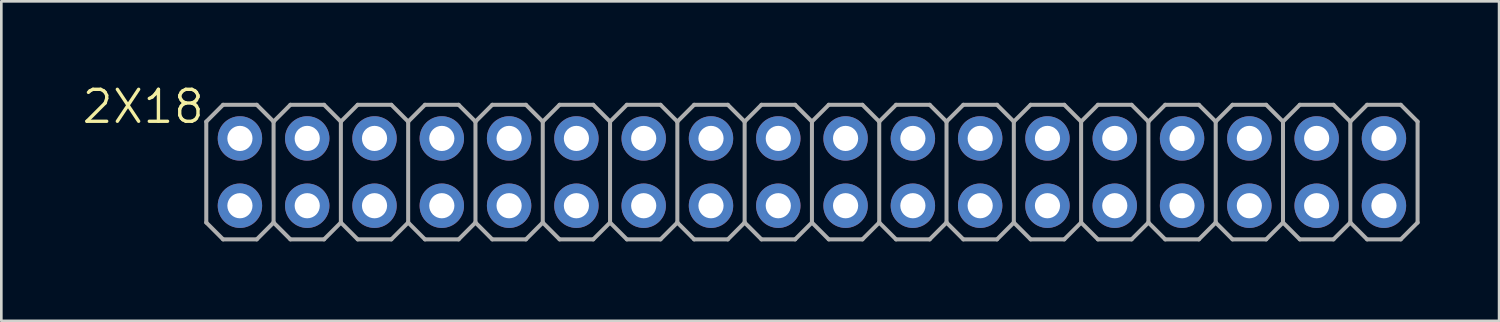
<source format=kicad_pcb>
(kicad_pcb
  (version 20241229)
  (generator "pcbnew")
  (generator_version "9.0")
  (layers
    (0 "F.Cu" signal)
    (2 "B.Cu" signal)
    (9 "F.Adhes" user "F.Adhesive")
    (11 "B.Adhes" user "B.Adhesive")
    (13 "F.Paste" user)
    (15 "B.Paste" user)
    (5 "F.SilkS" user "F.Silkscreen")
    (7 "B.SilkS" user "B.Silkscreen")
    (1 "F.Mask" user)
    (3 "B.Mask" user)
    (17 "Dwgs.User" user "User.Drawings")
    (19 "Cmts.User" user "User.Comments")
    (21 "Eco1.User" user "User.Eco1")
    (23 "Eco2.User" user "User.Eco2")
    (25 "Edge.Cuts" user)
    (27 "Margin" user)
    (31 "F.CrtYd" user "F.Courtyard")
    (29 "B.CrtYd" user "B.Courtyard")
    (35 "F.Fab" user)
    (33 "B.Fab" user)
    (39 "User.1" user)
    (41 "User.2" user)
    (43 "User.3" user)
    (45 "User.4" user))
  (footprint "2X18"
    (layer "F.Cu")
    (at 27.596 3.445)
    (property "Reference" "2X18" (at -22.86 -3.175 0) (layer "F.SilkS") (effects (font (size 1.206 1.206) (thickness 0.127)) (justify right top)))
    (attr through_hole)
    (fp_line (start -22.86 -1.905) (end -22.225 -2.54) (stroke (width 0.152) (type solid)) (layer "F.Fab"))
    (fp_line (start -22.86 1.905) (end -22.86 -1.905) (stroke (width 0.152) (type solid)) (layer "F.Fab"))
    (fp_line (start -22.86 1.905) (end -22.225 2.54) (stroke (width 0.152) (type solid)) (layer "F.Fab"))
    (fp_line (start -22.225 -2.54) (end -20.955 -2.54) (stroke (width 0.152) (type solid)) (layer "F.Fab"))
    (fp_line (start -22.225 2.54) (end -20.955 2.54) (stroke (width 0.152) (type solid)) (layer "F.Fab"))
    (fp_line (start -20.955 -2.54) (end -20.32 -1.905) (stroke (width 0.152) (type solid)) (layer "F.Fab"))
    (fp_line (start -20.955 2.54) (end -20.32 1.905) (stroke (width 0.152) (type solid)) (layer "F.Fab"))
    (fp_line (start -20.32 -1.905) (end -20.32 1.905) (stroke (width 0.152) (type solid)) (layer "F.Fab"))
    (fp_line (start -20.32 -1.905) (end -19.685 -2.54) (stroke (width 0.152) (type solid)) (layer "F.Fab"))
    (fp_line (start -20.32 1.905) (end -19.685 2.54) (stroke (width 0.152) (type solid)) (layer "F.Fab"))
    (fp_line (start -19.685 -2.54) (end -18.415 -2.54) (stroke (width 0.152) (type solid)) (layer "F.Fab"))
    (fp_line (start -19.685 2.54) (end -18.415 2.54) (stroke (width 0.152) (type solid)) (layer "F.Fab"))
    (fp_line (start -18.415 -2.54) (end -17.78 -1.905) (stroke (width 0.152) (type solid)) (layer "F.Fab"))
    (fp_line (start -18.415 2.54) (end -17.78 1.905) (stroke (width 0.152) (type solid)) (layer "F.Fab"))
    (fp_line (start -17.78 -1.905) (end -17.78 1.905) (stroke (width 0.152) (type solid)) (layer "F.Fab"))
    (fp_line (start -17.78 -1.905) (end -17.145 -2.54) (stroke (width 0.152) (type solid)) (layer "F.Fab"))
    (fp_line (start -17.78 1.905) (end -17.145 2.54) (stroke (width 0.152) (type solid)) (layer "F.Fab"))
    (fp_line (start -17.145 -2.54) (end -15.875 -2.54) (stroke (width 0.152) (type solid)) (layer "F.Fab"))
    (fp_line (start -17.145 2.54) (end -15.875 2.54) (stroke (width 0.152) (type solid)) (layer "F.Fab"))
    (fp_line (start -15.875 -2.54) (end -15.24 -1.905) (stroke (width 0.152) (type solid)) (layer "F.Fab"))
    (fp_line (start -15.875 2.54) (end -15.24 1.905) (stroke (width 0.152) (type solid)) (layer "F.Fab"))
    (fp_line (start -15.24 -1.905) (end -15.24 1.905) (stroke (width 0.152) (type solid)) (layer "F.Fab"))
    (fp_line (start -15.24 -1.905) (end -14.605 -2.54) (stroke (width 0.152) (type solid)) (layer "F.Fab"))
    (fp_line (start -15.24 1.905) (end -14.605 2.54) (stroke (width 0.152) (type solid)) (layer "F.Fab"))
    (fp_line (start -14.605 -2.54) (end -13.335 -2.54) (stroke (width 0.152) (type solid)) (layer "F.Fab"))
    (fp_line (start -14.605 2.54) (end -13.335 2.54) (stroke (width 0.152) (type solid)) (layer "F.Fab"))
    (fp_line (start -13.335 -2.54) (end -12.7 -1.905) (stroke (width 0.152) (type solid)) (layer "F.Fab"))
    (fp_line (start -13.335 2.54) (end -12.7 1.905) (stroke (width 0.152) (type solid)) (layer "F.Fab"))
    (fp_line (start -12.7 -1.905) (end -12.7 1.905) (stroke (width 0.152) (type solid)) (layer "F.Fab"))
    (fp_line (start -12.7 -1.905) (end -12.065 -2.54) (stroke (width 0.152) (type solid)) (layer "F.Fab"))
    (fp_line (start -12.7 1.905) (end -12.065 2.54) (stroke (width 0.152) (type solid)) (layer "F.Fab"))
    (fp_line (start -12.065 -2.54) (end -10.795 -2.54) (stroke (width 0.152) (type solid)) (layer "F.Fab"))
    (fp_line (start -12.065 2.54) (end -10.795 2.54) (stroke (width 0.152) (type solid)) (layer "F.Fab"))
    (fp_line (start -10.795 -2.54) (end -10.16 -1.905) (stroke (width 0.152) (type solid)) (layer "F.Fab"))
    (fp_line (start -10.795 2.54) (end -10.16 1.905) (stroke (width 0.152) (type solid)) (layer "F.Fab"))
    (fp_line (start -10.16 -1.905) (end -10.16 1.905) (stroke (width 0.152) (type solid)) (layer "F.Fab"))
    (fp_line (start -10.16 -1.905) (end -9.525 -2.54) (stroke (width 0.152) (type solid)) (layer "F.Fab"))
    (fp_line (start -10.16 1.905) (end -9.525 2.54) (stroke (width 0.152) (type solid)) (layer "F.Fab"))
    (fp_line (start -9.525 -2.54) (end -8.255 -2.54) (stroke (width 0.152) (type solid)) (layer "F.Fab"))
    (fp_line (start -9.525 2.54) (end -8.255 2.54) (stroke (width 0.152) (type solid)) (layer "F.Fab"))
    (fp_line (start -8.255 -2.54) (end -7.62 -1.905) (stroke (width 0.152) (type solid)) (layer "F.Fab"))
    (fp_line (start -8.255 2.54) (end -7.62 1.905) (stroke (width 0.152) (type solid)) (layer "F.Fab"))
    (fp_line (start -7.62 -1.905) (end -7.62 1.905) (stroke (width 0.152) (type solid)) (layer "F.Fab"))
    (fp_line (start -7.62 -1.905) (end -6.985 -2.54) (stroke (width 0.152) (type solid)) (layer "F.Fab"))
    (fp_line (start -7.62 1.905) (end -6.985 2.54) (stroke (width 0.152) (type solid)) (layer "F.Fab"))
    (fp_line (start -6.985 -2.54) (end -5.715 -2.54) (stroke (width 0.152) (type solid)) (layer "F.Fab"))
    (fp_line (start -5.715 -2.54) (end -5.08 -1.905) (stroke (width 0.152) (type solid)) (layer "F.Fab"))
    (fp_line (start -5.715 2.54) (end -6.985 2.54) (stroke (width 0.152) (type solid)) (layer "F.Fab"))
    (fp_line (start -5.08 -1.905) (end -5.08 1.905) (stroke (width 0.152) (type solid)) (layer "F.Fab"))
    (fp_line (start -5.08 -1.905) (end -4.445 -2.54) (stroke (width 0.152) (type solid)) (layer "F.Fab"))
    (fp_line (start -5.08 1.905) (end -5.715 2.54) (stroke (width 0.152) (type solid)) (layer "F.Fab"))
    (fp_line (start -5.08 1.905) (end -4.445 2.54) (stroke (width 0.152) (type solid)) (layer "F.Fab"))
    (fp_line (start -4.445 -2.54) (end -3.175 -2.54) (stroke (width 0.152) (type solid)) (layer "F.Fab"))
    (fp_line (start -3.175 -2.54) (end -2.54 -1.905) (stroke (width 0.152) (type solid)) (layer "F.Fab"))
    (fp_line (start -3.175 2.54) (end -4.445 2.54) (stroke (width 0.152) (type solid)) (layer "F.Fab"))
    (fp_line (start -2.54 -1.905) (end -2.54 1.905) (stroke (width 0.152) (type solid)) (layer "F.Fab"))
    (fp_line (start -2.54 -1.905) (end -1.905 -2.54) (stroke (width 0.152) (type solid)) (layer "F.Fab"))
    (fp_line (start -2.54 1.905) (end -3.175 2.54) (stroke (width 0.152) (type solid)) (layer "F.Fab"))
    (fp_line (start -2.54 1.905) (end -1.905 2.54) (stroke (width 0.152) (type solid)) (layer "F.Fab"))
    (fp_line (start -1.905 -2.54) (end -0.635 -2.54) (stroke (width 0.152) (type solid)) (layer "F.Fab"))
    (fp_line (start -0.635 -2.54) (end 0 -1.905) (stroke (width 0.152) (type solid)) (layer "F.Fab"))
    (fp_line (start -0.635 2.54) (end -1.905 2.54) (stroke (width 0.152) (type solid)) (layer "F.Fab"))
    (fp_line (start 0 -1.905) (end 0 1.905) (stroke (width 0.152) (type solid)) (layer "F.Fab"))
    (fp_line (start 0 -1.905) (end 0.635 -2.54) (stroke (width 0.152) (type solid)) (layer "F.Fab"))
    (fp_line (start 0 1.905) (end -0.635 2.54) (stroke (width 0.152) (type solid)) (layer "F.Fab"))
    (fp_line (start 0 1.905) (end 0.635 2.54) (stroke (width 0.152) (type solid)) (layer "F.Fab"))
    (fp_line (start 0.635 -2.54) (end 1.905 -2.54) (stroke (width 0.152) (type solid)) (layer "F.Fab"))
    (fp_line (start 1.905 -2.54) (end 2.54 -1.905) (stroke (width 0.152) (type solid)) (layer "F.Fab"))
    (fp_line (start 1.905 2.54) (end 0.635 2.54) (stroke (width 0.152) (type solid)) (layer "F.Fab"))
    (fp_line (start 2.54 -1.905) (end 2.54 1.905) (stroke (width 0.152) (type solid)) (layer "F.Fab"))
    (fp_line (start 2.54 -1.905) (end 3.175 -2.54) (stroke (width 0.152) (type solid)) (layer "F.Fab"))
    (fp_line (start 2.54 1.905) (end 1.905 2.54) (stroke (width 0.152) (type solid)) (layer "F.Fab"))
    (fp_line (start 2.54 1.905) (end 3.175 2.54) (stroke (width 0.152) (type solid)) (layer "F.Fab"))
    (fp_line (start 3.175 -2.54) (end 4.445 -2.54) (stroke (width 0.152) (type solid)) (layer "F.Fab"))
    (fp_line (start 4.445 -2.54) (end 5.08 -1.905) (stroke (width 0.152) (type solid)) (layer "F.Fab"))
    (fp_line (start 4.445 2.54) (end 3.175 2.54) (stroke (width 0.152) (type solid)) (layer "F.Fab"))
    (fp_line (start 5.08 -1.905) (end 5.08 1.905) (stroke (width 0.152) (type solid)) (layer "F.Fab"))
    (fp_line (start 5.08 -1.905) (end 5.715 -2.54) (stroke (width 0.152) (type solid)) (layer "F.Fab"))
    (fp_line (start 5.08 1.905) (end 4.445 2.54) (stroke (width 0.152) (type solid)) (layer "F.Fab"))
    (fp_line (start 5.08 1.905) (end 5.715 2.54) (stroke (width 0.152) (type solid)) (layer "F.Fab"))
    (fp_line (start 5.715 -2.54) (end 6.985 -2.54) (stroke (width 0.152) (type solid)) (layer "F.Fab"))
    (fp_line (start 6.985 2.54) (end 5.715 2.54) (stroke (width 0.152) (type solid)) (layer "F.Fab"))
    (fp_line (start 7.62 -1.905) (end 6.985 -2.54) (stroke (width 0.152) (type solid)) (layer "F.Fab"))
    (fp_line (start 7.62 -1.905) (end 7.62 1.905) (stroke (width 0.152) (type solid)) (layer "F.Fab"))
    (fp_line (start 7.62 -1.905) (end 8.255 -2.54) (stroke (width 0.152) (type solid)) (layer "F.Fab"))
    (fp_line (start 7.62 1.905) (end 6.985 2.54) (stroke (width 0.152) (type solid)) (layer "F.Fab"))
    (fp_line (start 7.62 1.905) (end 8.255 2.54) (stroke (width 0.152) (type solid)) (layer "F.Fab"))
    (fp_line (start 9.525 -2.54) (end 8.255 -2.54) (stroke (width 0.152) (type solid)) (layer "F.Fab"))
    (fp_line (start 9.525 -2.54) (end 10.16 -1.905) (stroke (width 0.152) (type solid)) (layer "F.Fab"))
    (fp_line (start 9.525 2.54) (end 8.255 2.54) (stroke (width 0.152) (type solid)) (layer "F.Fab"))
    (fp_line (start 10.16 -1.905) (end 10.16 1.905) (stroke (width 0.152) (type solid)) (layer "F.Fab"))
    (fp_line (start 10.16 -1.905) (end 10.795 -2.54) (stroke (width 0.152) (type solid)) (layer "F.Fab"))
    (fp_line (start 10.16 1.905) (end 9.525 2.54) (stroke (width 0.152) (type solid)) (layer "F.Fab"))
    (fp_line (start 10.16 1.905) (end 10.795 2.54) (stroke (width 0.152) (type solid)) (layer "F.Fab"))
    (fp_line (start 12.065 -2.54) (end 10.795 -2.54) (stroke (width 0.152) (type solid)) (layer "F.Fab"))
    (fp_line (start 12.065 -2.54) (end 12.7 -1.905) (stroke (width 0.152) (type solid)) (layer "F.Fab"))
    (fp_line (start 12.065 2.54) (end 10.795 2.54) (stroke (width 0.152) (type solid)) (layer "F.Fab"))
    (fp_line (start 12.7 -1.905) (end 12.7 1.905) (stroke (width 0.152) (type solid)) (layer "F.Fab"))
    (fp_line (start 12.7 -1.905) (end 13.335 -2.54) (stroke (width 0.152) (type solid)) (layer "F.Fab"))
    (fp_line (start 12.7 1.905) (end 12.065 2.54) (stroke (width 0.152) (type solid)) (layer "F.Fab"))
    (fp_line (start 13.335 2.54) (end 12.7 1.905) (stroke (width 0.152) (type solid)) (layer "F.Fab"))
    (fp_line (start 13.335 2.54) (end 14.605 2.54) (stroke (width 0.152) (type solid)) (layer "F.Fab"))
    (fp_line (start 14.605 -2.54) (end 13.335 -2.54) (stroke (width 0.152) (type solid)) (layer "F.Fab"))
    (fp_line (start 14.605 -2.54) (end 15.24 -1.905) (stroke (width 0.152) (type solid)) (layer "F.Fab"))
    (fp_line (start 15.24 -1.905) (end 15.24 1.905) (stroke (width 0.152) (type solid)) (layer "F.Fab"))
    (fp_line (start 15.24 -1.905) (end 15.875 -2.54) (stroke (width 0.152) (type solid)) (layer "F.Fab"))
    (fp_line (start 15.24 1.905) (end 14.605 2.54) (stroke (width 0.152) (type solid)) (layer "F.Fab"))
    (fp_line (start 15.875 2.54) (end 15.24 1.905) (stroke (width 0.152) (type solid)) (layer "F.Fab"))
    (fp_line (start 15.875 2.54) (end 17.145 2.54) (stroke (width 0.152) (type solid)) (layer "F.Fab"))
    (fp_line (start 17.145 -2.54) (end 15.875 -2.54) (stroke (width 0.152) (type solid)) (layer "F.Fab"))
    (fp_line (start 17.145 -2.54) (end 17.78 -1.905) (stroke (width 0.152) (type solid)) (layer "F.Fab"))
    (fp_line (start 17.78 -1.905) (end 17.78 1.905) (stroke (width 0.152) (type solid)) (layer "F.Fab"))
    (fp_line (start 17.78 -1.905) (end 18.415 -2.54) (stroke (width 0.152) (type solid)) (layer "F.Fab"))
    (fp_line (start 17.78 1.905) (end 17.145 2.54) (stroke (width 0.152) (type solid)) (layer "F.Fab"))
    (fp_line (start 17.78 1.905) (end 18.415 2.54) (stroke (width 0.152) (type solid)) (layer "F.Fab"))
    (fp_line (start 19.685 -2.54) (end 18.415 -2.54) (stroke (width 0.152) (type solid)) (layer "F.Fab"))
    (fp_line (start 19.685 -2.54) (end 20.32 -1.905) (stroke (width 0.152) (type solid)) (layer "F.Fab"))
    (fp_line (start 19.685 2.54) (end 18.415 2.54) (stroke (width 0.152) (type solid)) (layer "F.Fab"))
    (fp_line (start 20.32 -1.905) (end 20.32 1.905) (stroke (width 0.152) (type solid)) (layer "F.Fab"))
    (fp_line (start 20.32 -1.905) (end 20.955 -2.54) (stroke (width 0.152) (type solid)) (layer "F.Fab"))
    (fp_line (start 20.32 1.905) (end 19.685 2.54) (stroke (width 0.152) (type solid)) (layer "F.Fab"))
    (fp_line (start 20.32 1.905) (end 20.955 2.54) (stroke (width 0.152) (type solid)) (layer "F.Fab"))
    (fp_line (start 22.225 -2.54) (end 20.955 -2.54) (stroke (width 0.152) (type solid)) (layer "F.Fab"))
    (fp_line (start 22.225 -2.54) (end 22.86 -1.905) (stroke (width 0.152) (type solid)) (layer "F.Fab"))
    (fp_line (start 22.225 2.54) (end 20.955 2.54) (stroke (width 0.152) (type solid)) (layer "F.Fab"))
    (fp_line (start 22.86 -1.905) (end 22.86 1.905) (stroke (width 0.152) (type solid)) (layer "F.Fab"))
    (fp_line (start 22.86 1.905) (end 22.225 2.54) (stroke (width 0.152) (type solid)) (layer "F.Fab"))
    (fp_poly (pts (xy -21.844 -1.016) (xy -21.336 -1.016) (xy -21.336 -1.524) (xy -21.844 -1.524)) (stroke (width 0.1) (type solid)) (fill no) (layer "F.Fab"))
    (fp_poly (pts (xy -21.844 1.524) (xy -21.336 1.524) (xy -21.336 1.016) (xy -21.844 1.016)) (stroke (width 0.1) (type solid)) (fill no) (layer "F.Fab"))
    (fp_poly (pts (xy -19.304 -1.016) (xy -18.796 -1.016) (xy -18.796 -1.524) (xy -19.304 -1.524)) (stroke (width 0.1) (type solid)) (fill no) (layer "F.Fab"))
    (fp_poly (pts (xy -19.304 1.524) (xy -18.796 1.524) (xy -18.796 1.016) (xy -19.304 1.016)) (stroke (width 0.1) (type solid)) (fill no) (layer "F.Fab"))
    (fp_poly (pts (xy -16.764 -1.016) (xy -16.256 -1.016) (xy -16.256 -1.524) (xy -16.764 -1.524)) (stroke (width 0.1) (type solid)) (fill no) (layer "F.Fab"))
    (fp_poly (pts (xy -16.764 1.524) (xy -16.256 1.524) (xy -16.256 1.016) (xy -16.764 1.016)) (stroke (width 0.1) (type solid)) (fill no) (layer "F.Fab"))
    (fp_poly (pts (xy -14.224 -1.016) (xy -13.716 -1.016) (xy -13.716 -1.524) (xy -14.224 -1.524)) (stroke (width 0.1) (type solid)) (fill no) (layer "F.Fab"))
    (fp_poly (pts (xy -14.224 1.524) (xy -13.716 1.524) (xy -13.716 1.016) (xy -14.224 1.016)) (stroke (width 0.1) (type solid)) (fill no) (layer "F.Fab"))
    (fp_poly (pts (xy -11.684 -1.016) (xy -11.176 -1.016) (xy -11.176 -1.524) (xy -11.684 -1.524)) (stroke (width 0.1) (type solid)) (fill no) (layer "F.Fab"))
    (fp_poly (pts (xy -11.684 1.524) (xy -11.176 1.524) (xy -11.176 1.016) (xy -11.684 1.016)) (stroke (width 0.1) (type solid)) (fill no) (layer "F.Fab"))
    (fp_poly (pts (xy -9.144 -1.016) (xy -8.636 -1.016) (xy -8.636 -1.524) (xy -9.144 -1.524)) (stroke (width 0.1) (type solid)) (fill no) (layer "F.Fab"))
    (fp_poly (pts (xy -9.144 1.524) (xy -8.636 1.524) (xy -8.636 1.016) (xy -9.144 1.016)) (stroke (width 0.1) (type solid)) (fill no) (layer "F.Fab"))
    (fp_poly (pts (xy -6.604 -1.016) (xy -6.096 -1.016) (xy -6.096 -1.524) (xy -6.604 -1.524)) (stroke (width 0.1) (type solid)) (fill no) (layer "F.Fab"))
    (fp_poly (pts (xy -6.604 1.524) (xy -6.096 1.524) (xy -6.096 1.016) (xy -6.604 1.016)) (stroke (width 0.1) (type solid)) (fill no) (layer "F.Fab"))
    (fp_poly (pts (xy -4.064 -1.016) (xy -3.556 -1.016) (xy -3.556 -1.524) (xy -4.064 -1.524)) (stroke (width 0.1) (type solid)) (fill no) (layer "F.Fab"))
    (fp_poly (pts (xy -4.064 1.524) (xy -3.556 1.524) (xy -3.556 1.016) (xy -4.064 1.016)) (stroke (width 0.1) (type solid)) (fill no) (layer "F.Fab"))
    (fp_poly (pts (xy -1.524 -1.016) (xy -1.016 -1.016) (xy -1.016 -1.524) (xy -1.524 -1.524)) (stroke (width 0.1) (type solid)) (fill no) (layer "F.Fab"))
    (fp_poly (pts (xy -1.524 1.524) (xy -1.016 1.524) (xy -1.016 1.016) (xy -1.524 1.016)) (stroke (width 0.1) (type solid)) (fill no) (layer "F.Fab"))
    (fp_poly (pts (xy 1.016 -1.016) (xy 1.524 -1.016) (xy 1.524 -1.524) (xy 1.016 -1.524)) (stroke (width 0.1) (type solid)) (fill no) (layer "F.Fab"))
    (fp_poly (pts (xy 1.016 1.524) (xy 1.524 1.524) (xy 1.524 1.016) (xy 1.016 1.016)) (stroke (width 0.1) (type solid)) (fill no) (layer "F.Fab"))
    (fp_poly (pts (xy 3.556 -1.016) (xy 4.064 -1.016) (xy 4.064 -1.524) (xy 3.556 -1.524)) (stroke (width 0.1) (type solid)) (fill no) (layer "F.Fab"))
    (fp_poly (pts (xy 3.556 1.524) (xy 4.064 1.524) (xy 4.064 1.016) (xy 3.556 1.016)) (stroke (width 0.1) (type solid)) (fill no) (layer "F.Fab"))
    (fp_poly (pts (xy 6.096 -1.016) (xy 6.604 -1.016) (xy 6.604 -1.524) (xy 6.096 -1.524)) (stroke (width 0.1) (type solid)) (fill no) (layer "F.Fab"))
    (fp_poly (pts (xy 6.096 1.524) (xy 6.604 1.524) (xy 6.604 1.016) (xy 6.096 1.016)) (stroke (width 0.1) (type solid)) (fill no) (layer "F.Fab"))
    (fp_poly (pts (xy 8.636 -1.016) (xy 9.144 -1.016) (xy 9.144 -1.524) (xy 8.636 -1.524)) (stroke (width 0.1) (type solid)) (fill no) (layer "F.Fab"))
    (fp_poly (pts (xy 8.636 1.524) (xy 9.144 1.524) (xy 9.144 1.016) (xy 8.636 1.016)) (stroke (width 0.1) (type solid)) (fill no) (layer "F.Fab"))
    (fp_poly (pts (xy 11.176 -1.016) (xy 11.684 -1.016) (xy 11.684 -1.524) (xy 11.176 -1.524)) (stroke (width 0.1) (type solid)) (fill no) (layer "F.Fab"))
    (fp_poly (pts (xy 11.176 1.524) (xy 11.684 1.524) (xy 11.684 1.016) (xy 11.176 1.016)) (stroke (width 0.1) (type solid)) (fill no) (layer "F.Fab"))
    (fp_poly (pts (xy 13.716 -1.016) (xy 14.224 -1.016) (xy 14.224 -1.524) (xy 13.716 -1.524)) (stroke (width 0.1) (type solid)) (fill no) (layer "F.Fab"))
    (fp_poly (pts (xy 13.716 1.524) (xy 14.224 1.524) (xy 14.224 1.016) (xy 13.716 1.016)) (stroke (width 0.1) (type solid)) (fill no) (layer "F.Fab"))
    (fp_poly (pts (xy 16.256 -1.016) (xy 16.764 -1.016) (xy 16.764 -1.524) (xy 16.256 -1.524)) (stroke (width 0.1) (type solid)) (fill no) (layer "F.Fab"))
    (fp_poly (pts (xy 16.256 1.524) (xy 16.764 1.524) (xy 16.764 1.016) (xy 16.256 1.016)) (stroke (width 0.1) (type solid)) (fill no) (layer "F.Fab"))
    (fp_poly (pts (xy 18.796 -1.016) (xy 19.304 -1.016) (xy 19.304 -1.524) (xy 18.796 -1.524)) (stroke (width 0.1) (type solid)) (fill no) (layer "F.Fab"))
    (fp_poly (pts (xy 18.796 1.524) (xy 19.304 1.524) (xy 19.304 1.016) (xy 18.796 1.016)) (stroke (width 0.1) (type solid)) (fill no) (layer "F.Fab"))
    (fp_poly (pts (xy 21.336 -1.016) (xy 21.844 -1.016) (xy 21.844 -1.524) (xy 21.336 -1.524)) (stroke (width 0.1) (type solid)) (fill no) (layer "F.Fab"))
    (fp_poly (pts (xy 21.336 1.524) (xy 21.844 1.524) (xy 21.844 1.016) (xy 21.336 1.016)) (stroke (width 0.1) (type solid)) (fill no) (layer "F.Fab"))
    (pad "1" thru_hole circle (at -21.59 1.27) (size 1.676 1.676) (drill 0.95) (layers "*.Cu" "*.Mask"))
    (pad "2" thru_hole circle (at -21.59 -1.27) (size 1.676 1.676) (drill 0.95) (layers "*.Cu" "*.Mask"))
    (pad "3" thru_hole circle (at -19.05 1.27) (size 1.676 1.676) (drill 0.95) (layers "*.Cu" "*.Mask"))
    (pad "4" thru_hole circle (at -19.05 -1.27) (size 1.676 1.676) (drill 0.95) (layers "*.Cu" "*.Mask"))
    (pad "5" thru_hole circle (at -16.51 1.27) (size 1.676 1.676) (drill 0.95) (layers "*.Cu" "*.Mask"))
    (pad "6" thru_hole circle (at -16.51 -1.27) (size 1.676 1.676) (drill 0.95) (layers "*.Cu" "*.Mask"))
    (pad "7" thru_hole circle (at -13.97 1.27) (size 1.676 1.676) (drill 0.95) (layers "*.Cu" "*.Mask"))
    (pad "8" thru_hole circle (at -13.97 -1.27) (size 1.676 1.676) (drill 0.95) (layers "*.Cu" "*.Mask"))
    (pad "9" thru_hole circle (at -11.43 1.27) (size 1.676 1.676) (drill 0.95) (layers "*.Cu" "*.Mask"))
    (pad "10" thru_hole circle (at -11.43 -1.27) (size 1.676 1.676) (drill 0.95) (layers "*.Cu" "*.Mask"))
    (pad "11" thru_hole circle (at -8.89 1.27) (size 1.676 1.676) (drill 0.95) (layers "*.Cu" "*.Mask"))
    (pad "12" thru_hole circle (at -8.89 -1.27) (size 1.676 1.676) (drill 0.95) (layers "*.Cu" "*.Mask"))
    (pad "13" thru_hole circle (at -6.35 1.27) (size 1.676 1.676) (drill 0.95) (layers "*.Cu" "*.Mask"))
    (pad "14" thru_hole circle (at -6.35 -1.27) (size 1.676 1.676) (drill 0.95) (layers "*.Cu" "*.Mask"))
    (pad "15" thru_hole circle (at -3.81 1.27) (size 1.676 1.676) (drill 0.95) (layers "*.Cu" "*.Mask"))
    (pad "16" thru_hole circle (at -3.81 -1.27) (size 1.676 1.676) (drill 0.95) (layers "*.Cu" "*.Mask"))
    (pad "17" thru_hole circle (at -1.27 1.27) (size 1.676 1.676) (drill 0.95) (layers "*.Cu" "*.Mask"))
    (pad "18" thru_hole circle (at -1.27 -1.27) (size 1.676 1.676) (drill 0.95) (layers "*.Cu" "*.Mask"))
    (pad "19" thru_hole circle (at 1.27 1.27) (size 1.676 1.676) (drill 0.95) (layers "*.Cu" "*.Mask"))
    (pad "20" thru_hole circle (at 1.27 -1.27) (size 1.676 1.676) (drill 0.95) (layers "*.Cu" "*.Mask"))
    (pad "21" thru_hole circle (at 3.81 1.27) (size 1.676 1.676) (drill 0.95) (layers "*.Cu" "*.Mask"))
    (pad "22" thru_hole circle (at 3.81 -1.27) (size 1.676 1.676) (drill 0.95) (layers "*.Cu" "*.Mask"))
    (pad "23" thru_hole circle (at 6.35 1.27) (size 1.676 1.676) (drill 0.95) (layers "*.Cu" "*.Mask"))
    (pad "24" thru_hole circle (at 6.35 -1.27) (size 1.676 1.676) (drill 0.95) (layers "*.Cu" "*.Mask"))
    (pad "25" thru_hole circle (at 8.89 1.27) (size 1.676 1.676) (drill 0.95) (layers "*.Cu" "*.Mask"))
    (pad "26" thru_hole circle (at 8.89 -1.27) (size 1.676 1.676) (drill 0.95) (layers "*.Cu" "*.Mask"))
    (pad "27" thru_hole circle (at 11.43 1.27) (size 1.676 1.676) (drill 0.95) (layers "*.Cu" "*.Mask"))
    (pad "28" thru_hole circle (at 11.43 -1.27) (size 1.676 1.676) (drill 0.95) (layers "*.Cu" "*.Mask"))
    (pad "29" thru_hole circle (at 13.97 1.27) (size 1.676 1.676) (drill 0.95) (layers "*.Cu" "*.Mask"))
    (pad "30" thru_hole circle (at 13.97 -1.27) (size 1.676 1.676) (drill 0.95) (layers "*.Cu" "*.Mask"))
    (pad "31" thru_hole circle (at 16.51 1.27) (size 1.676 1.676) (drill 0.95) (layers "*.Cu" "*.Mask"))
    (pad "32" thru_hole circle (at 16.51 -1.27) (size 1.676 1.676) (drill 0.95) (layers "*.Cu" "*.Mask"))
    (pad "33" thru_hole circle (at 19.05 1.27) (size 1.676 1.676) (drill 0.95) (layers "*.Cu" "*.Mask"))
    (pad "34" thru_hole circle (at 19.05 -1.27) (size 1.676 1.676) (drill 0.95) (layers "*.Cu" "*.Mask"))
    (pad "35" thru_hole circle (at 21.59 1.27) (size 1.676 1.676) (drill 0.95) (layers "*.Cu" "*.Mask"))
    (pad "36" thru_hole circle (at 21.59 -1.27) (size 1.676 1.676) (drill 0.95) (layers "*.Cu" "*.Mask")))
  (gr_rect
    (start -3 -3)
    (end 53.532 9.061)
    (stroke (width 0.1) (type default))
    (fill no)
    (layer "Edge.Cuts")))
</source>
